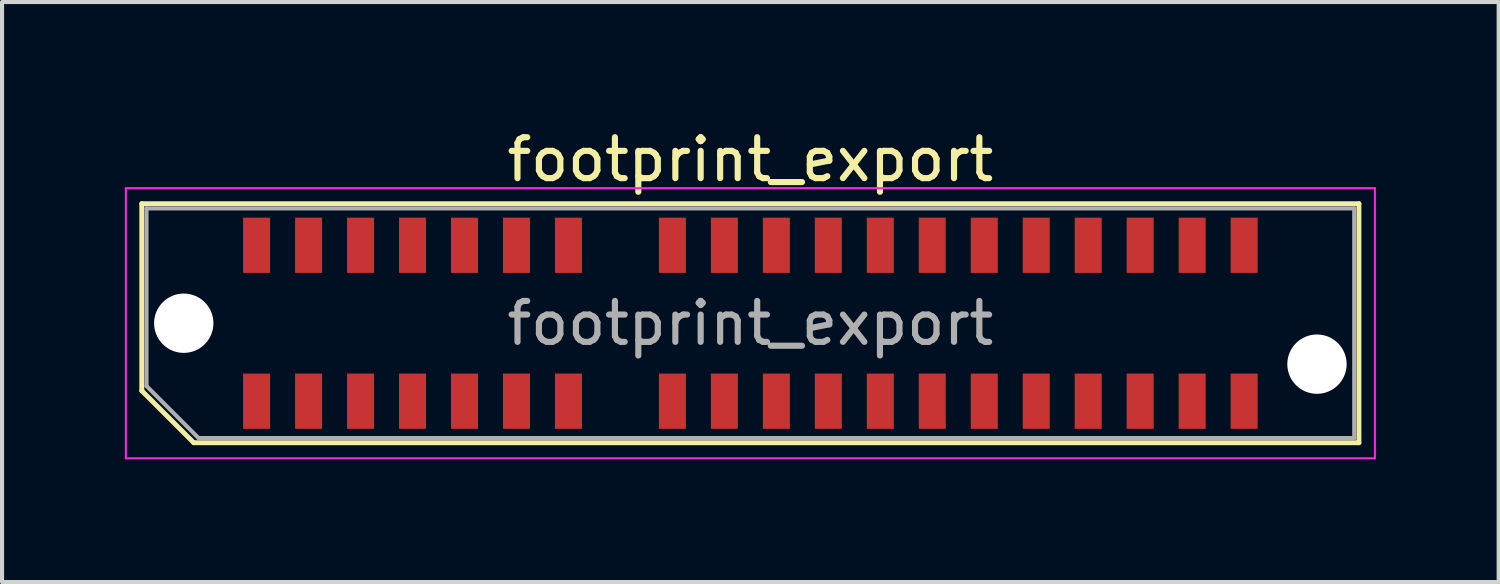
<source format=kicad_pcb>
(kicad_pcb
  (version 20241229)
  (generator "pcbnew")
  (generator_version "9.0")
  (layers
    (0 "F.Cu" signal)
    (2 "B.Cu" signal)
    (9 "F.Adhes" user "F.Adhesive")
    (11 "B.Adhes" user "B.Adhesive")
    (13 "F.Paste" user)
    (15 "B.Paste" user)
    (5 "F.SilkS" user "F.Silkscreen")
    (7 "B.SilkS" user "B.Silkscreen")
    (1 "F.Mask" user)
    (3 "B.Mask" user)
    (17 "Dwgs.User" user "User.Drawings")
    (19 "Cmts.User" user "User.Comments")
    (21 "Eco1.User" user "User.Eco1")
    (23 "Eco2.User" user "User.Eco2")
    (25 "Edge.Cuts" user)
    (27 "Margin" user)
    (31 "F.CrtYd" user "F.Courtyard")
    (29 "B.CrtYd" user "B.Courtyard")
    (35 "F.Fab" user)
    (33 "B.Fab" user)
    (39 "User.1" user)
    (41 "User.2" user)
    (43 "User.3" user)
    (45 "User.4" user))
  (footprint "footprint_export"
    (layer "F.Cu")
    (at 15.285 4.848)
    (property "Reference" "footprint_export" (at 0 -4 0) (layer "F.SilkS") (effects (font (size 1 1) (thickness 0.15))))
    (attr smd)
    (fp_line (start -14.87 -2.92) (end 14.87 -2.92) (stroke (width 0.12) (type solid)) (layer "F.SilkS"))
    (fp_line (start -14.87 1.65) (end -14.87 -2.92) (stroke (width 0.12) (type solid)) (layer "F.SilkS"))
    (fp_line (start -13.6 2.92) (end -14.87 1.65) (stroke (width 0.12) (type solid)) (layer "F.SilkS"))
    (fp_line (start -13.6 2.92) (end 14.87 2.92) (stroke (width 0.12) (type solid)) (layer "F.SilkS"))
    (fp_line (start 14.87 2.92) (end 14.87 -2.92) (stroke (width 0.12) (type solid)) (layer "F.SilkS"))
    (fp_line (start -15.26 -3.3) (end -15.26 3.3) (stroke (width 0.05) (type solid)) (layer "F.CrtYd"))
    (fp_line (start -15.26 3.3) (end 15.26 3.3) (stroke (width 0.05) (type solid)) (layer "F.CrtYd"))
    (fp_line (start 15.26 -3.3) (end -15.26 -3.3) (stroke (width 0.05) (type solid)) (layer "F.CrtYd"))
    (fp_line (start 15.26 3.3) (end 15.26 -3.3) (stroke (width 0.05) (type solid)) (layer "F.CrtYd"))
    (fp_line (start -14.755 -2.805) (end 14.755 -2.805) (stroke (width 0.1) (type solid)) (layer "F.Fab"))
    (fp_line (start -14.755 1.535) (end -14.755 -2.805) (stroke (width 0.1) (type solid)) (layer "F.Fab"))
    (fp_line (start -14.755 1.535) (end -13.485 2.805) (stroke (width 0.1) (type solid)) (layer "F.Fab"))
    (fp_line (start -13.485 2.805) (end 14.755 2.805) (stroke (width 0.1) (type solid)) (layer "F.Fab"))
    (fp_line (start 14.755 2.805) (end 14.755 -2.805) (stroke (width 0.1) (type solid)) (layer "F.Fab"))
    (fp_text user "${REFERENCE}" (at 0 0 0) (layer "F.Fab") (effects (font (size 1 1) (thickness 0.15))))
    (pad "" np_thru_hole circle (at -13.845 0) (size 1.45 1.45) (drill 1.45) (layers "*.Cu" "*.Mask"))
    (pad "" np_thru_hole circle (at 13.845 1) (size 1.45 1.45) (drill 1.45) (layers "*.Cu" "*.Mask"))
    (pad "1" smd rect (at -12.065 1.905) (size 0.66 1.35) (layers "F.Cu" "F.Mask" "F.Paste"))
    (pad "2" smd rect (at -12.065 -1.905) (size 0.66 1.35) (layers "F.Cu" "F.Mask" "F.Paste"))
    (pad "3" smd rect (at -10.795 1.905) (size 0.66 1.35) (layers "F.Cu" "F.Mask" "F.Paste"))
    (pad "4" smd rect (at -10.795 -1.905) (size 0.66 1.35) (layers "F.Cu" "F.Mask" "F.Paste"))
    (pad "5" smd rect (at -9.525 1.905) (size 0.66 1.35) (layers "F.Cu" "F.Mask" "F.Paste"))
    (pad "6" smd rect (at -9.525 -1.905) (size 0.66 1.35) (layers "F.Cu" "F.Mask" "F.Paste"))
    (pad "7" smd rect (at -8.255 1.905) (size 0.66 1.35) (layers "F.Cu" "F.Mask" "F.Paste"))
    (pad "8" smd rect (at -8.255 -1.905) (size 0.66 1.35) (layers "F.Cu" "F.Mask" "F.Paste"))
    (pad "9" smd rect (at -6.985 1.905) (size 0.66 1.35) (layers "F.Cu" "F.Mask" "F.Paste"))
    (pad "10" smd rect (at -6.985 -1.905) (size 0.66 1.35) (layers "F.Cu" "F.Mask" "F.Paste"))
    (pad "11" smd rect (at -5.715 1.905) (size 0.66 1.35) (layers "F.Cu" "F.Mask" "F.Paste"))
    (pad "12" smd rect (at -5.715 -1.905) (size 0.66 1.35) (layers "F.Cu" "F.Mask" "F.Paste"))
    (pad "13" smd rect (at -4.445 1.905) (size 0.66 1.35) (layers "F.Cu" "F.Mask" "F.Paste"))
    (pad "14" smd rect (at -4.445 -1.905) (size 0.66 1.35) (layers "F.Cu" "F.Mask" "F.Paste"))
    (pad "17" smd rect (at -1.905 1.905) (size 0.66 1.35) (layers "F.Cu" "F.Mask" "F.Paste"))
    (pad "18" smd rect (at -1.905 -1.905) (size 0.66 1.35) (layers "F.Cu" "F.Mask" "F.Paste"))
    (pad "19" smd rect (at -0.635 1.905) (size 0.66 1.35) (layers "F.Cu" "F.Mask" "F.Paste"))
    (pad "20" smd rect (at -0.635 -1.905) (size 0.66 1.35) (layers "F.Cu" "F.Mask" "F.Paste"))
    (pad "21" smd rect (at 0.635 1.905) (size 0.66 1.35) (layers "F.Cu" "F.Mask" "F.Paste"))
    (pad "22" smd rect (at 0.635 -1.905) (size 0.66 1.35) (layers "F.Cu" "F.Mask" "F.Paste"))
    (pad "23" smd rect (at 1.905 1.905) (size 0.66 1.35) (layers "F.Cu" "F.Mask" "F.Paste"))
    (pad "24" smd rect (at 1.905 -1.905) (size 0.66 1.35) (layers "F.Cu" "F.Mask" "F.Paste"))
    (pad "25" smd rect (at 3.175 1.905) (size 0.66 1.35) (layers "F.Cu" "F.Mask" "F.Paste"))
    (pad "26" smd rect (at 3.175 -1.905) (size 0.66 1.35) (layers "F.Cu" "F.Mask" "F.Paste"))
    (pad "27" smd rect (at 4.445 1.905) (size 0.66 1.35) (layers "F.Cu" "F.Mask" "F.Paste"))
    (pad "28" smd rect (at 4.445 -1.905) (size 0.66 1.35) (layers "F.Cu" "F.Mask" "F.Paste"))
    (pad "29" smd rect (at 5.715 1.905) (size 0.66 1.35) (layers "F.Cu" "F.Mask" "F.Paste"))
    (pad "30" smd rect (at 5.715 -1.905) (size 0.66 1.35) (layers "F.Cu" "F.Mask" "F.Paste"))
    (pad "31" smd rect (at 6.985 1.905) (size 0.66 1.35) (layers "F.Cu" "F.Mask" "F.Paste"))
    (pad "32" smd rect (at 6.985 -1.905) (size 0.66 1.35) (layers "F.Cu" "F.Mask" "F.Paste"))
    (pad "33" smd rect (at 8.255 1.905) (size 0.66 1.35) (layers "F.Cu" "F.Mask" "F.Paste"))
    (pad "34" smd rect (at 8.255 -1.905) (size 0.66 1.35) (layers "F.Cu" "F.Mask" "F.Paste"))
    (pad "35" smd rect (at 9.525 1.905) (size 0.66 1.35) (layers "F.Cu" "F.Mask" "F.Paste"))
    (pad "36" smd rect (at 9.525 -1.905) (size 0.66 1.35) (layers "F.Cu" "F.Mask" "F.Paste"))
    (pad "37" smd rect (at 10.795 1.905) (size 0.66 1.35) (layers "F.Cu" "F.Mask" "F.Paste"))
    (pad "38" smd rect (at 10.795 -1.905) (size 0.66 1.35) (layers "F.Cu" "F.Mask" "F.Paste"))
    (pad "39" smd rect (at 12.065 1.905) (size 0.66 1.35) (layers "F.Cu" "F.Mask" "F.Paste"))
    (pad "40" smd rect (at 12.065 -1.905) (size 0.66 1.35) (layers "F.Cu" "F.Mask" "F.Paste")))
  (gr_rect
    (start -3 -3)
    (end 33.57 11.173)
    (stroke (width 0.1) (type default))
    (fill no)
    (layer "Edge.Cuts")))
</source>
